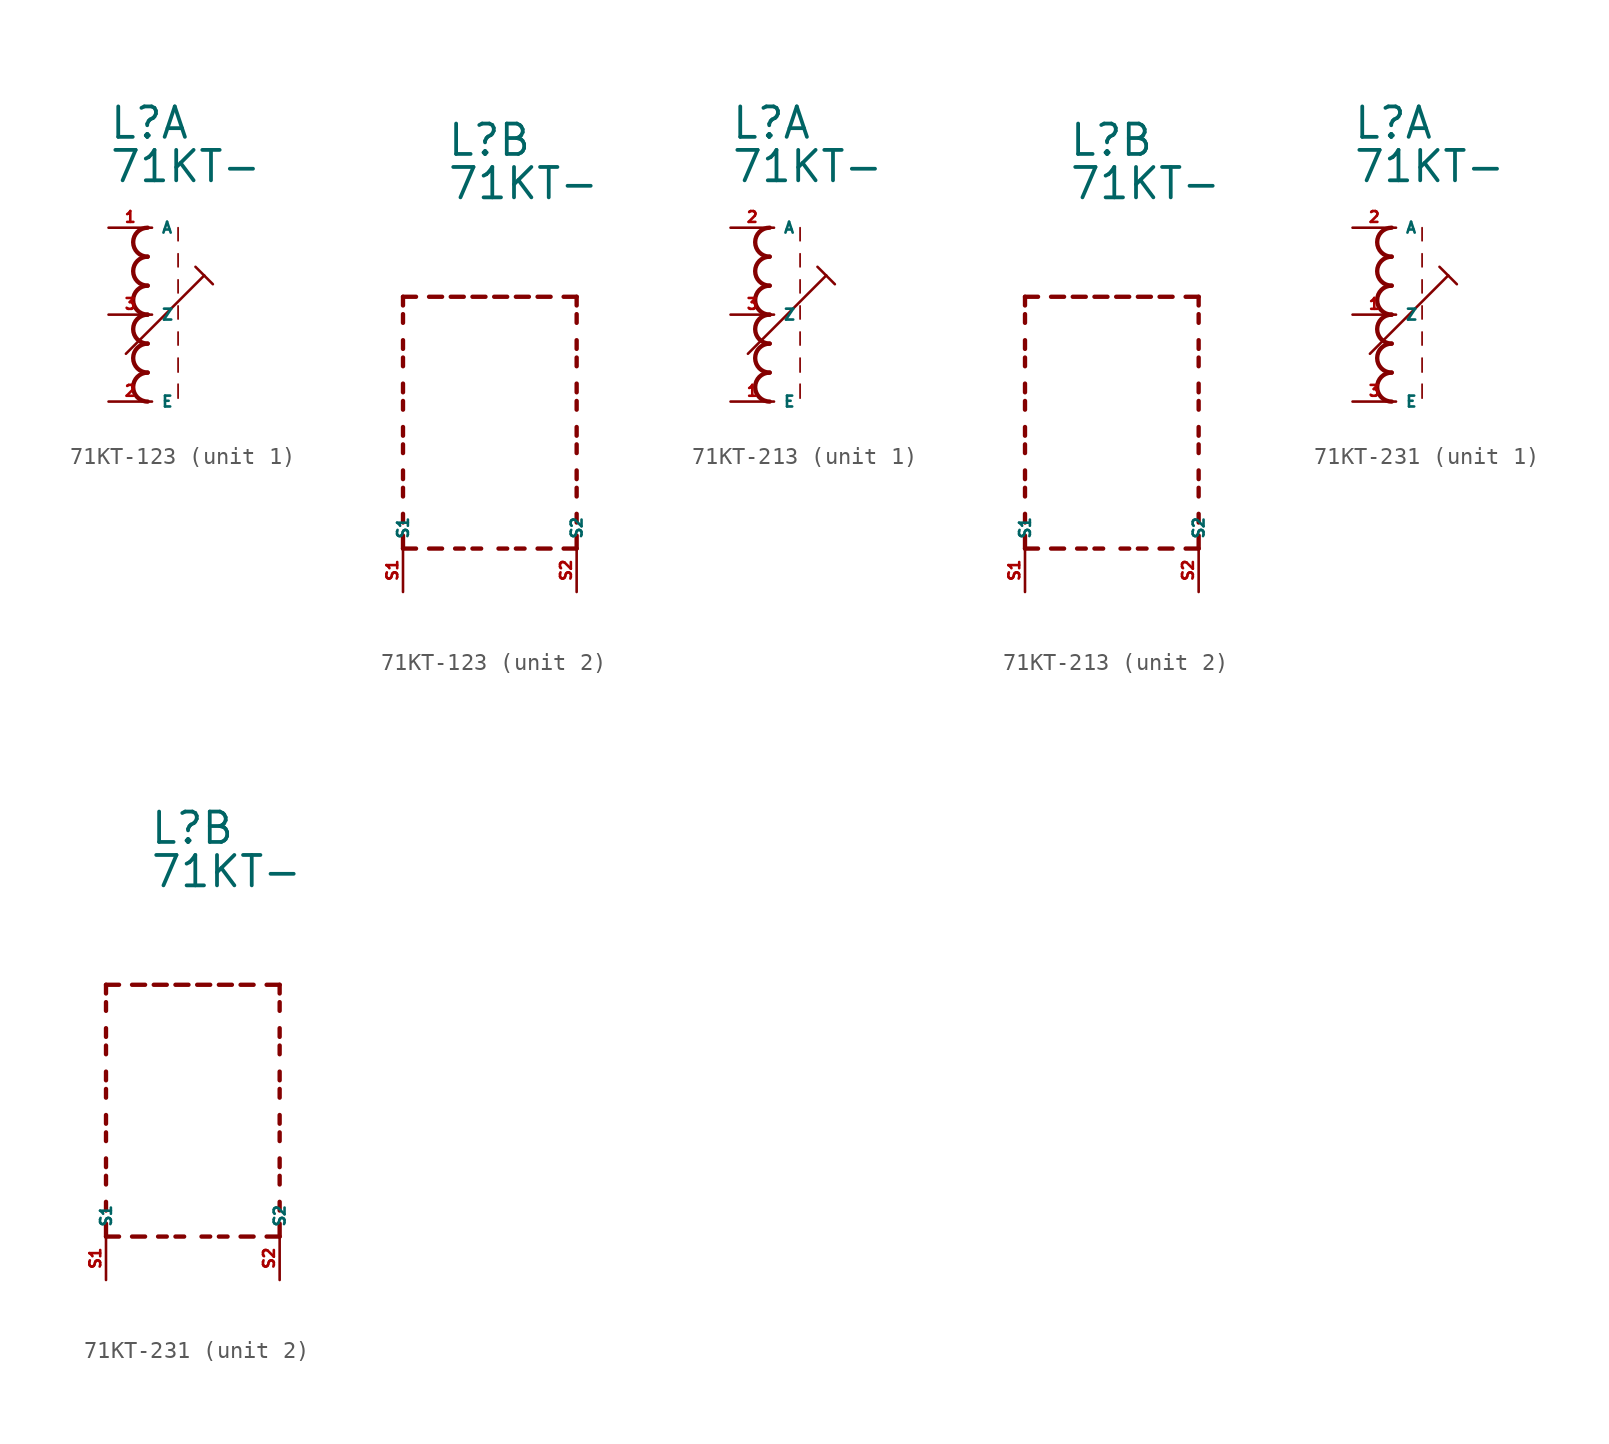
<source format=kicad_sym>
(kicad_symbol_lib
  (version 20220914)
  (generator kicad_symbol_editor)
  (symbol "71KT-123"
    (property "Reference" "L"
      (at -2.54 10.16 0)
      (effects (font (size 1.778 1.778) (thickness 0.22)) (justify left bottom)))
    (property "Value" "71KT-"
      (at -2.54 7.62 0)
      (effects (font (size 1.778 1.778) (thickness 0.22)) (justify left bottom)))
    (symbol "71KT-123_1_0"
      (arc (start -0.254 -3.3866) (mid -1.1004 -4.2333) (end -0.254 -5.08) (stroke (width 0.254) (type default)) (fill (type none)))
      (arc (start -0.254 -1.6932) (mid -1.1004 -2.5399) (end -0.254 -3.3866) (stroke (width 0.254) (type default)) (fill (type none)))
      (arc (start -0.254 0) (mid -1.1004 -0.8467) (end -0.254 -1.6934) (stroke (width 0.254) (type default)) (fill (type none)))
      (arc (start -0.254 1.6934) (mid -1.1004 0.8467) (end -0.254 0) (stroke (width 0.254) (type default)) (fill (type none)))
      (arc (start -0.254 3.3866) (mid -1.1002 2.54) (end -0.254 1.6934) (stroke (width 0.254) (type default)) (fill (type none)))
      (arc (start -0.254 5.08) (mid -1.1004 4.2333) (end -0.254 3.3866) (stroke (width 0.254) (type default)) (fill (type none)))
      (polyline (pts (xy -1.524 -2.286) (xy 3.048 2.286)) (stroke (width 0.152) (type default)) (fill (type none)))
      (polyline (pts (xy 1.524 -4.064) (xy 1.524 -4.88)) (stroke (width 0.102) (type default)) (fill (type none)))
      (polyline (pts (xy 1.524 -2.54) (xy 1.524 -3.356)) (stroke (width 0.102) (type default)) (fill (type none)))
      (polyline (pts (xy 1.524 -1.016) (xy 1.524 -1.778)) (stroke (width 0.102) (type default)) (fill (type none)))
      (polyline (pts (xy 1.524 0.508) (xy 1.524 -0.254)) (stroke (width 0.102) (type default)) (fill (type none)))
      (polyline (pts (xy 1.524 2.032) (xy 1.524 1.27)) (stroke (width 0.102) (type default)) (fill (type none)))
      (polyline (pts (xy 1.524 3.556) (xy 1.524 2.794)) (stroke (width 0.102) (type default)) (fill (type none)))
      (polyline (pts (xy 1.524 5.08) (xy 1.524 4.318)) (stroke (width 0.102) (type default)) (fill (type none)))
      (polyline (pts (xy 2.54 2.794) (xy 3.048 2.286)) (stroke (width 0.152) (type default)) (fill (type none)))
      (polyline (pts (xy 3.048 2.286) (xy 3.556 1.778)) (stroke (width 0.152) (type default)) (fill (type none)))
      (pin passive line (at -2.54 5.08 0) (length 2.54) (name "A" (effects (font (size 0.635 0.635)))) (number "1" (effects (font (size 0.635 0.635)))))
      (pin passive line (at -2.54 -5.08 0) (length 2.54) (name "E" (effects (font (size 0.635 0.635)))) (number "2" (effects (font (size 0.635 0.635)))))
      (pin passive line (at -2.54 0 0) (length 2.54) (name "Z" (effects (font (size 0.635 0.635)))) (number "3" (effects (font (size 0.635 0.635))))))
    (symbol "71KT-123_2_0"
      (polyline (pts (xy -5.08 -12.7) (xy -5.08 -11.938)) (stroke (width 0.254) (type default)) (fill (type none)))
      (polyline (pts (xy -5.08 -12.7) (xy -4.318 -12.7)) (stroke (width 0.254) (type default)) (fill (type none)))
      (polyline (pts (xy -5.08 -11.176) (xy -5.08 -10.668)) (stroke (width 0.254) (type default)) (fill (type none)))
      (polyline (pts (xy -5.08 -9.652) (xy -5.08 -9.144)) (stroke (width 0.254) (type default)) (fill (type none)))
      (polyline (pts (xy -5.08 -8.636) (xy -5.08 -8.128)) (stroke (width 0.254) (type default)) (fill (type none)))
      (polyline (pts (xy -5.08 -7.112) (xy -5.08 -6.604)) (stroke (width 0.254) (type default)) (fill (type none)))
      (polyline (pts (xy -5.08 -6.096) (xy -5.08 -5.588)) (stroke (width 0.254) (type default)) (fill (type none)))
      (polyline (pts (xy -5.08 -4.572) (xy -5.08 -4.064)) (stroke (width 0.254) (type default)) (fill (type none)))
      (polyline (pts (xy -5.08 -3.556) (xy -5.08 -3.048)) (stroke (width 0.254) (type default)) (fill (type none)))
      (polyline (pts (xy -5.08 -2.032) (xy -5.08 -1.524)) (stroke (width 0.254) (type default)) (fill (type none)))
      (polyline (pts (xy -5.08 -1.016) (xy -5.08 -0.508)) (stroke (width 0.254) (type default)) (fill (type none)))
      (polyline (pts (xy -5.08 0.508) (xy -5.08 1.016)) (stroke (width 0.254) (type default)) (fill (type none)))
      (polyline (pts (xy -5.08 1.524) (xy -5.08 2.032)) (stroke (width 0.254) (type default)) (fill (type none)))
      (polyline (pts (xy -5.08 2.032) (xy -4.318 2.032)) (stroke (width 0.254) (type default)) (fill (type none)))
      (polyline (pts (xy -3.556 -12.7) (xy -2.794 -12.7)) (stroke (width 0.254) (type default)) (fill (type none)))
      (polyline (pts (xy -3.556 2.032) (xy -2.794 2.032)) (stroke (width 0.254) (type default)) (fill (type none)))
      (polyline (pts (xy -1.524 -12.7) (xy -2.032 -12.7)) (stroke (width 0.254) (type default)) (fill (type none)))
      (polyline (pts (xy -1.524 2.032) (xy -2.286 2.032)) (stroke (width 0.254) (type default)) (fill (type none)))
      (polyline (pts (xy -1.016 2.032) (xy -0.254 2.032)) (stroke (width 0.254) (type default)) (fill (type none)))
      (polyline (pts (xy -0.508 -12.7) (xy -1.016 -12.7)) (stroke (width 0.254) (type default)) (fill (type none)))
      (polyline (pts (xy 1.016 -12.7) (xy 0.508 -12.7)) (stroke (width 0.254) (type default)) (fill (type none)))
      (polyline (pts (xy 1.016 2.032) (xy 0.254 2.032)) (stroke (width 0.254) (type default)) (fill (type none)))
      (polyline (pts (xy 1.524 2.032) (xy 2.286 2.032)) (stroke (width 0.254) (type default)) (fill (type none)))
      (polyline (pts (xy 2.032 -12.7) (xy 1.524 -12.7)) (stroke (width 0.254) (type default)) (fill (type none)))
      (polyline (pts (xy 3.556 -12.7) (xy 2.794 -12.7)) (stroke (width 0.254) (type default)) (fill (type none)))
      (polyline (pts (xy 3.556 2.032) (xy 2.794 2.032)) (stroke (width 0.254) (type default)) (fill (type none)))
      (polyline (pts (xy 5.08 -12.7) (xy 4.318 -12.7)) (stroke (width 0.254) (type default)) (fill (type none)))
      (polyline (pts (xy 5.08 -12.7) (xy 5.08 -11.938)) (stroke (width 0.254) (type default)) (fill (type none)))
      (polyline (pts (xy 5.08 -11.176) (xy 5.08 -10.668)) (stroke (width 0.254) (type default)) (fill (type none)))
      (polyline (pts (xy 5.08 -9.652) (xy 5.08 -9.144)) (stroke (width 0.254) (type default)) (fill (type none)))
      (polyline (pts (xy 5.08 -8.636) (xy 5.08 -8.128)) (stroke (width 0.254) (type default)) (fill (type none)))
      (polyline (pts (xy 5.08 -7.112) (xy 5.08 -6.604)) (stroke (width 0.254) (type default)) (fill (type none)))
      (polyline (pts (xy 5.08 -6.096) (xy 5.08 -5.588)) (stroke (width 0.254) (type default)) (fill (type none)))
      (polyline (pts (xy 5.08 -4.572) (xy 5.08 -4.064)) (stroke (width 0.254) (type default)) (fill (type none)))
      (polyline (pts (xy 5.08 -3.556) (xy 5.08 -3.048)) (stroke (width 0.254) (type default)) (fill (type none)))
      (polyline (pts (xy 5.08 -2.032) (xy 5.08 -1.524)) (stroke (width 0.254) (type default)) (fill (type none)))
      (polyline (pts (xy 5.08 -1.016) (xy 5.08 -0.508)) (stroke (width 0.254) (type default)) (fill (type none)))
      (polyline (pts (xy 5.08 0.508) (xy 5.08 1.016)) (stroke (width 0.254) (type default)) (fill (type none)))
      (polyline (pts (xy 5.08 1.524) (xy 5.08 2.032)) (stroke (width 0.254) (type default)) (fill (type none)))
      (polyline (pts (xy 5.08 2.032) (xy 4.318 2.032)) (stroke (width 0.254) (type default)) (fill (type none)))
      (pin passive line (at -5.08 -15.24 90) (length 2.54) (name "S1" (effects (font (size 0.635 0.635)))) (number "S1" (effects (font (size 0.635 0.635)))))
      (pin passive line (at 5.08 -15.24 90) (length 2.54) (name "S2" (effects (font (size 0.635 0.635)))) (number "S2" (effects (font (size 0.635 0.635)))))))
  (symbol "71KT-213"
    (property "Reference" "L"
      (at -2.54 10.16 0)
      (effects (font (size 1.778 1.778) (thickness 0.22)) (justify left bottom)))
    (property "Value" "71KT-"
      (at -2.54 7.62 0)
      (effects (font (size 1.778 1.778) (thickness 0.22)) (justify left bottom)))
    (symbol "71KT-213_1_0"
      (arc (start -0.254 -3.3866) (mid -1.1004 -4.2333) (end -0.254 -5.08) (stroke (width 0.254) (type default)) (fill (type none)))
      (arc (start -0.254 -1.6932) (mid -1.1004 -2.5399) (end -0.254 -3.3866) (stroke (width 0.254) (type default)) (fill (type none)))
      (arc (start -0.254 0) (mid -1.1004 -0.8467) (end -0.254 -1.6934) (stroke (width 0.254) (type default)) (fill (type none)))
      (arc (start -0.254 1.6934) (mid -1.1004 0.8467) (end -0.254 0) (stroke (width 0.254) (type default)) (fill (type none)))
      (arc (start -0.254 3.3866) (mid -1.1002 2.54) (end -0.254 1.6934) (stroke (width 0.254) (type default)) (fill (type none)))
      (arc (start -0.254 5.08) (mid -1.1004 4.2333) (end -0.254 3.3866) (stroke (width 0.254) (type default)) (fill (type none)))
      (polyline (pts (xy -1.524 -2.286) (xy 3.048 2.286)) (stroke (width 0.152) (type default)) (fill (type none)))
      (polyline (pts (xy 1.524 -4.064) (xy 1.524 -4.88)) (stroke (width 0.102) (type default)) (fill (type none)))
      (polyline (pts (xy 1.524 -2.54) (xy 1.524 -3.356)) (stroke (width 0.102) (type default)) (fill (type none)))
      (polyline (pts (xy 1.524 -1.016) (xy 1.524 -1.778)) (stroke (width 0.102) (type default)) (fill (type none)))
      (polyline (pts (xy 1.524 0.508) (xy 1.524 -0.254)) (stroke (width 0.102) (type default)) (fill (type none)))
      (polyline (pts (xy 1.524 2.032) (xy 1.524 1.27)) (stroke (width 0.102) (type default)) (fill (type none)))
      (polyline (pts (xy 1.524 3.556) (xy 1.524 2.794)) (stroke (width 0.102) (type default)) (fill (type none)))
      (polyline (pts (xy 1.524 5.08) (xy 1.524 4.318)) (stroke (width 0.102) (type default)) (fill (type none)))
      (polyline (pts (xy 2.54 2.794) (xy 3.048 2.286)) (stroke (width 0.152) (type default)) (fill (type none)))
      (polyline (pts (xy 3.048 2.286) (xy 3.556 1.778)) (stroke (width 0.152) (type default)) (fill (type none)))
      (pin passive line (at -2.54 -5.08 0) (length 2.54) (name "E" (effects (font (size 0.635 0.635)))) (number "1" (effects (font (size 0.635 0.635)))))
      (pin passive line (at -2.54 5.08 0) (length 2.54) (name "A" (effects (font (size 0.635 0.635)))) (number "2" (effects (font (size 0.635 0.635)))))
      (pin passive line (at -2.54 0 0) (length 2.54) (name "Z" (effects (font (size 0.635 0.635)))) (number "3" (effects (font (size 0.635 0.635))))))
    (symbol "71KT-213_2_0"
      (polyline (pts (xy -5.08 -12.7) (xy -5.08 -11.938)) (stroke (width 0.254) (type default)) (fill (type none)))
      (polyline (pts (xy -5.08 -12.7) (xy -4.318 -12.7)) (stroke (width 0.254) (type default)) (fill (type none)))
      (polyline (pts (xy -5.08 -11.176) (xy -5.08 -10.668)) (stroke (width 0.254) (type default)) (fill (type none)))
      (polyline (pts (xy -5.08 -9.652) (xy -5.08 -9.144)) (stroke (width 0.254) (type default)) (fill (type none)))
      (polyline (pts (xy -5.08 -8.636) (xy -5.08 -8.128)) (stroke (width 0.254) (type default)) (fill (type none)))
      (polyline (pts (xy -5.08 -7.112) (xy -5.08 -6.604)) (stroke (width 0.254) (type default)) (fill (type none)))
      (polyline (pts (xy -5.08 -6.096) (xy -5.08 -5.588)) (stroke (width 0.254) (type default)) (fill (type none)))
      (polyline (pts (xy -5.08 -4.572) (xy -5.08 -4.064)) (stroke (width 0.254) (type default)) (fill (type none)))
      (polyline (pts (xy -5.08 -3.556) (xy -5.08 -3.048)) (stroke (width 0.254) (type default)) (fill (type none)))
      (polyline (pts (xy -5.08 -2.032) (xy -5.08 -1.524)) (stroke (width 0.254) (type default)) (fill (type none)))
      (polyline (pts (xy -5.08 -1.016) (xy -5.08 -0.508)) (stroke (width 0.254) (type default)) (fill (type none)))
      (polyline (pts (xy -5.08 0.508) (xy -5.08 1.016)) (stroke (width 0.254) (type default)) (fill (type none)))
      (polyline (pts (xy -5.08 1.524) (xy -5.08 2.032)) (stroke (width 0.254) (type default)) (fill (type none)))
      (polyline (pts (xy -5.08 2.032) (xy -4.318 2.032)) (stroke (width 0.254) (type default)) (fill (type none)))
      (polyline (pts (xy -3.556 -12.7) (xy -2.794 -12.7)) (stroke (width 0.254) (type default)) (fill (type none)))
      (polyline (pts (xy -3.556 2.032) (xy -2.794 2.032)) (stroke (width 0.254) (type default)) (fill (type none)))
      (polyline (pts (xy -1.524 -12.7) (xy -2.032 -12.7)) (stroke (width 0.254) (type default)) (fill (type none)))
      (polyline (pts (xy -1.524 2.032) (xy -2.286 2.032)) (stroke (width 0.254) (type default)) (fill (type none)))
      (polyline (pts (xy -1.016 2.032) (xy -0.254 2.032)) (stroke (width 0.254) (type default)) (fill (type none)))
      (polyline (pts (xy -0.508 -12.7) (xy -1.016 -12.7)) (stroke (width 0.254) (type default)) (fill (type none)))
      (polyline (pts (xy 1.016 -12.7) (xy 0.508 -12.7)) (stroke (width 0.254) (type default)) (fill (type none)))
      (polyline (pts (xy 1.016 2.032) (xy 0.254 2.032)) (stroke (width 0.254) (type default)) (fill (type none)))
      (polyline (pts (xy 1.524 2.032) (xy 2.286 2.032)) (stroke (width 0.254) (type default)) (fill (type none)))
      (polyline (pts (xy 2.032 -12.7) (xy 1.524 -12.7)) (stroke (width 0.254) (type default)) (fill (type none)))
      (polyline (pts (xy 3.556 -12.7) (xy 2.794 -12.7)) (stroke (width 0.254) (type default)) (fill (type none)))
      (polyline (pts (xy 3.556 2.032) (xy 2.794 2.032)) (stroke (width 0.254) (type default)) (fill (type none)))
      (polyline (pts (xy 5.08 -12.7) (xy 4.318 -12.7)) (stroke (width 0.254) (type default)) (fill (type none)))
      (polyline (pts (xy 5.08 -12.7) (xy 5.08 -11.938)) (stroke (width 0.254) (type default)) (fill (type none)))
      (polyline (pts (xy 5.08 -11.176) (xy 5.08 -10.668)) (stroke (width 0.254) (type default)) (fill (type none)))
      (polyline (pts (xy 5.08 -9.652) (xy 5.08 -9.144)) (stroke (width 0.254) (type default)) (fill (type none)))
      (polyline (pts (xy 5.08 -8.636) (xy 5.08 -8.128)) (stroke (width 0.254) (type default)) (fill (type none)))
      (polyline (pts (xy 5.08 -7.112) (xy 5.08 -6.604)) (stroke (width 0.254) (type default)) (fill (type none)))
      (polyline (pts (xy 5.08 -6.096) (xy 5.08 -5.588)) (stroke (width 0.254) (type default)) (fill (type none)))
      (polyline (pts (xy 5.08 -4.572) (xy 5.08 -4.064)) (stroke (width 0.254) (type default)) (fill (type none)))
      (polyline (pts (xy 5.08 -3.556) (xy 5.08 -3.048)) (stroke (width 0.254) (type default)) (fill (type none)))
      (polyline (pts (xy 5.08 -2.032) (xy 5.08 -1.524)) (stroke (width 0.254) (type default)) (fill (type none)))
      (polyline (pts (xy 5.08 -1.016) (xy 5.08 -0.508)) (stroke (width 0.254) (type default)) (fill (type none)))
      (polyline (pts (xy 5.08 0.508) (xy 5.08 1.016)) (stroke (width 0.254) (type default)) (fill (type none)))
      (polyline (pts (xy 5.08 1.524) (xy 5.08 2.032)) (stroke (width 0.254) (type default)) (fill (type none)))
      (polyline (pts (xy 5.08 2.032) (xy 4.318 2.032)) (stroke (width 0.254) (type default)) (fill (type none)))
      (pin passive line (at -5.08 -15.24 90) (length 2.54) (name "S1" (effects (font (size 0.635 0.635)))) (number "S1" (effects (font (size 0.635 0.635)))))
      (pin passive line (at 5.08 -15.24 90) (length 2.54) (name "S2" (effects (font (size 0.635 0.635)))) (number "S2" (effects (font (size 0.635 0.635)))))))
  (symbol "71KT-231"
    (property "Reference" "L"
      (at -2.54 10.16 0)
      (effects (font (size 1.778 1.778) (thickness 0.22)) (justify left bottom)))
    (property "Value" "71KT-"
      (at -2.54 7.62 0)
      (effects (font (size 1.778 1.778) (thickness 0.22)) (justify left bottom)))
    (symbol "71KT-231_1_0"
      (arc (start -0.254 -3.3866) (mid -1.1004 -4.2333) (end -0.254 -5.08) (stroke (width 0.254) (type default)) (fill (type none)))
      (arc (start -0.254 -1.6932) (mid -1.1004 -2.5399) (end -0.254 -3.3866) (stroke (width 0.254) (type default)) (fill (type none)))
      (arc (start -0.254 0) (mid -1.1004 -0.8467) (end -0.254 -1.6934) (stroke (width 0.254) (type default)) (fill (type none)))
      (arc (start -0.254 1.6934) (mid -1.1004 0.8467) (end -0.254 0) (stroke (width 0.254) (type default)) (fill (type none)))
      (arc (start -0.254 3.3866) (mid -1.1002 2.54) (end -0.254 1.6934) (stroke (width 0.254) (type default)) (fill (type none)))
      (arc (start -0.254 5.08) (mid -1.1004 4.2333) (end -0.254 3.3866) (stroke (width 0.254) (type default)) (fill (type none)))
      (polyline (pts (xy -1.524 -2.286) (xy 3.048 2.286)) (stroke (width 0.152) (type default)) (fill (type none)))
      (polyline (pts (xy 1.524 -4.064) (xy 1.524 -4.88)) (stroke (width 0.102) (type default)) (fill (type none)))
      (polyline (pts (xy 1.524 -2.54) (xy 1.524 -3.356)) (stroke (width 0.102) (type default)) (fill (type none)))
      (polyline (pts (xy 1.524 -1.016) (xy 1.524 -1.778)) (stroke (width 0.102) (type default)) (fill (type none)))
      (polyline (pts (xy 1.524 0.508) (xy 1.524 -0.254)) (stroke (width 0.102) (type default)) (fill (type none)))
      (polyline (pts (xy 1.524 2.032) (xy 1.524 1.27)) (stroke (width 0.102) (type default)) (fill (type none)))
      (polyline (pts (xy 1.524 3.556) (xy 1.524 2.794)) (stroke (width 0.102) (type default)) (fill (type none)))
      (polyline (pts (xy 1.524 5.08) (xy 1.524 4.318)) (stroke (width 0.102) (type default)) (fill (type none)))
      (polyline (pts (xy 2.54 2.794) (xy 3.048 2.286)) (stroke (width 0.152) (type default)) (fill (type none)))
      (polyline (pts (xy 3.048 2.286) (xy 3.556 1.778)) (stroke (width 0.152) (type default)) (fill (type none)))
      (pin passive line (at -2.54 0 0) (length 2.54) (name "Z" (effects (font (size 0.635 0.635)))) (number "1" (effects (font (size 0.635 0.635)))))
      (pin passive line (at -2.54 5.08 0) (length 2.54) (name "A" (effects (font (size 0.635 0.635)))) (number "2" (effects (font (size 0.635 0.635)))))
      (pin passive line (at -2.54 -5.08 0) (length 2.54) (name "E" (effects (font (size 0.635 0.635)))) (number "3" (effects (font (size 0.635 0.635))))))
    (symbol "71KT-231_2_0"
      (polyline (pts (xy -5.08 -12.7) (xy -5.08 -11.938)) (stroke (width 0.254) (type default)) (fill (type none)))
      (polyline (pts (xy -5.08 -12.7) (xy -4.318 -12.7)) (stroke (width 0.254) (type default)) (fill (type none)))
      (polyline (pts (xy -5.08 -11.176) (xy -5.08 -10.668)) (stroke (width 0.254) (type default)) (fill (type none)))
      (polyline (pts (xy -5.08 -9.652) (xy -5.08 -9.144)) (stroke (width 0.254) (type default)) (fill (type none)))
      (polyline (pts (xy -5.08 -8.636) (xy -5.08 -8.128)) (stroke (width 0.254) (type default)) (fill (type none)))
      (polyline (pts (xy -5.08 -7.112) (xy -5.08 -6.604)) (stroke (width 0.254) (type default)) (fill (type none)))
      (polyline (pts (xy -5.08 -6.096) (xy -5.08 -5.588)) (stroke (width 0.254) (type default)) (fill (type none)))
      (polyline (pts (xy -5.08 -4.572) (xy -5.08 -4.064)) (stroke (width 0.254) (type default)) (fill (type none)))
      (polyline (pts (xy -5.08 -3.556) (xy -5.08 -3.048)) (stroke (width 0.254) (type default)) (fill (type none)))
      (polyline (pts (xy -5.08 -2.032) (xy -5.08 -1.524)) (stroke (width 0.254) (type default)) (fill (type none)))
      (polyline (pts (xy -5.08 -1.016) (xy -5.08 -0.508)) (stroke (width 0.254) (type default)) (fill (type none)))
      (polyline (pts (xy -5.08 0.508) (xy -5.08 1.016)) (stroke (width 0.254) (type default)) (fill (type none)))
      (polyline (pts (xy -5.08 1.524) (xy -5.08 2.032)) (stroke (width 0.254) (type default)) (fill (type none)))
      (polyline (pts (xy -5.08 2.032) (xy -4.318 2.032)) (stroke (width 0.254) (type default)) (fill (type none)))
      (polyline (pts (xy -3.556 -12.7) (xy -2.794 -12.7)) (stroke (width 0.254) (type default)) (fill (type none)))
      (polyline (pts (xy -3.556 2.032) (xy -2.794 2.032)) (stroke (width 0.254) (type default)) (fill (type none)))
      (polyline (pts (xy -1.524 -12.7) (xy -2.032 -12.7)) (stroke (width 0.254) (type default)) (fill (type none)))
      (polyline (pts (xy -1.524 2.032) (xy -2.286 2.032)) (stroke (width 0.254) (type default)) (fill (type none)))
      (polyline (pts (xy -1.016 2.032) (xy -0.254 2.032)) (stroke (width 0.254) (type default)) (fill (type none)))
      (polyline (pts (xy -0.508 -12.7) (xy -1.016 -12.7)) (stroke (width 0.254) (type default)) (fill (type none)))
      (polyline (pts (xy 1.016 -12.7) (xy 0.508 -12.7)) (stroke (width 0.254) (type default)) (fill (type none)))
      (polyline (pts (xy 1.016 2.032) (xy 0.254 2.032)) (stroke (width 0.254) (type default)) (fill (type none)))
      (polyline (pts (xy 1.524 2.032) (xy 2.286 2.032)) (stroke (width 0.254) (type default)) (fill (type none)))
      (polyline (pts (xy 2.032 -12.7) (xy 1.524 -12.7)) (stroke (width 0.254) (type default)) (fill (type none)))
      (polyline (pts (xy 3.556 -12.7) (xy 2.794 -12.7)) (stroke (width 0.254) (type default)) (fill (type none)))
      (polyline (pts (xy 3.556 2.032) (xy 2.794 2.032)) (stroke (width 0.254) (type default)) (fill (type none)))
      (polyline (pts (xy 5.08 -12.7) (xy 4.318 -12.7)) (stroke (width 0.254) (type default)) (fill (type none)))
      (polyline (pts (xy 5.08 -12.7) (xy 5.08 -11.938)) (stroke (width 0.254) (type default)) (fill (type none)))
      (polyline (pts (xy 5.08 -11.176) (xy 5.08 -10.668)) (stroke (width 0.254) (type default)) (fill (type none)))
      (polyline (pts (xy 5.08 -9.652) (xy 5.08 -9.144)) (stroke (width 0.254) (type default)) (fill (type none)))
      (polyline (pts (xy 5.08 -8.636) (xy 5.08 -8.128)) (stroke (width 0.254) (type default)) (fill (type none)))
      (polyline (pts (xy 5.08 -7.112) (xy 5.08 -6.604)) (stroke (width 0.254) (type default)) (fill (type none)))
      (polyline (pts (xy 5.08 -6.096) (xy 5.08 -5.588)) (stroke (width 0.254) (type default)) (fill (type none)))
      (polyline (pts (xy 5.08 -4.572) (xy 5.08 -4.064)) (stroke (width 0.254) (type default)) (fill (type none)))
      (polyline (pts (xy 5.08 -3.556) (xy 5.08 -3.048)) (stroke (width 0.254) (type default)) (fill (type none)))
      (polyline (pts (xy 5.08 -2.032) (xy 5.08 -1.524)) (stroke (width 0.254) (type default)) (fill (type none)))
      (polyline (pts (xy 5.08 -1.016) (xy 5.08 -0.508)) (stroke (width 0.254) (type default)) (fill (type none)))
      (polyline (pts (xy 5.08 0.508) (xy 5.08 1.016)) (stroke (width 0.254) (type default)) (fill (type none)))
      (polyline (pts (xy 5.08 1.524) (xy 5.08 2.032)) (stroke (width 0.254) (type default)) (fill (type none)))
      (polyline (pts (xy 5.08 2.032) (xy 4.318 2.032)) (stroke (width 0.254) (type default)) (fill (type none)))
      (pin passive line (at -5.08 -15.24 90) (length 2.54) (name "S1" (effects (font (size 0.635 0.635)))) (number "S1" (effects (font (size 0.635 0.635)))))
      (pin passive line (at 5.08 -15.24 90) (length 2.54) (name "S2" (effects (font (size 0.635 0.635)))) (number "S2" (effects (font (size 0.635 0.635))))))))
</source>
